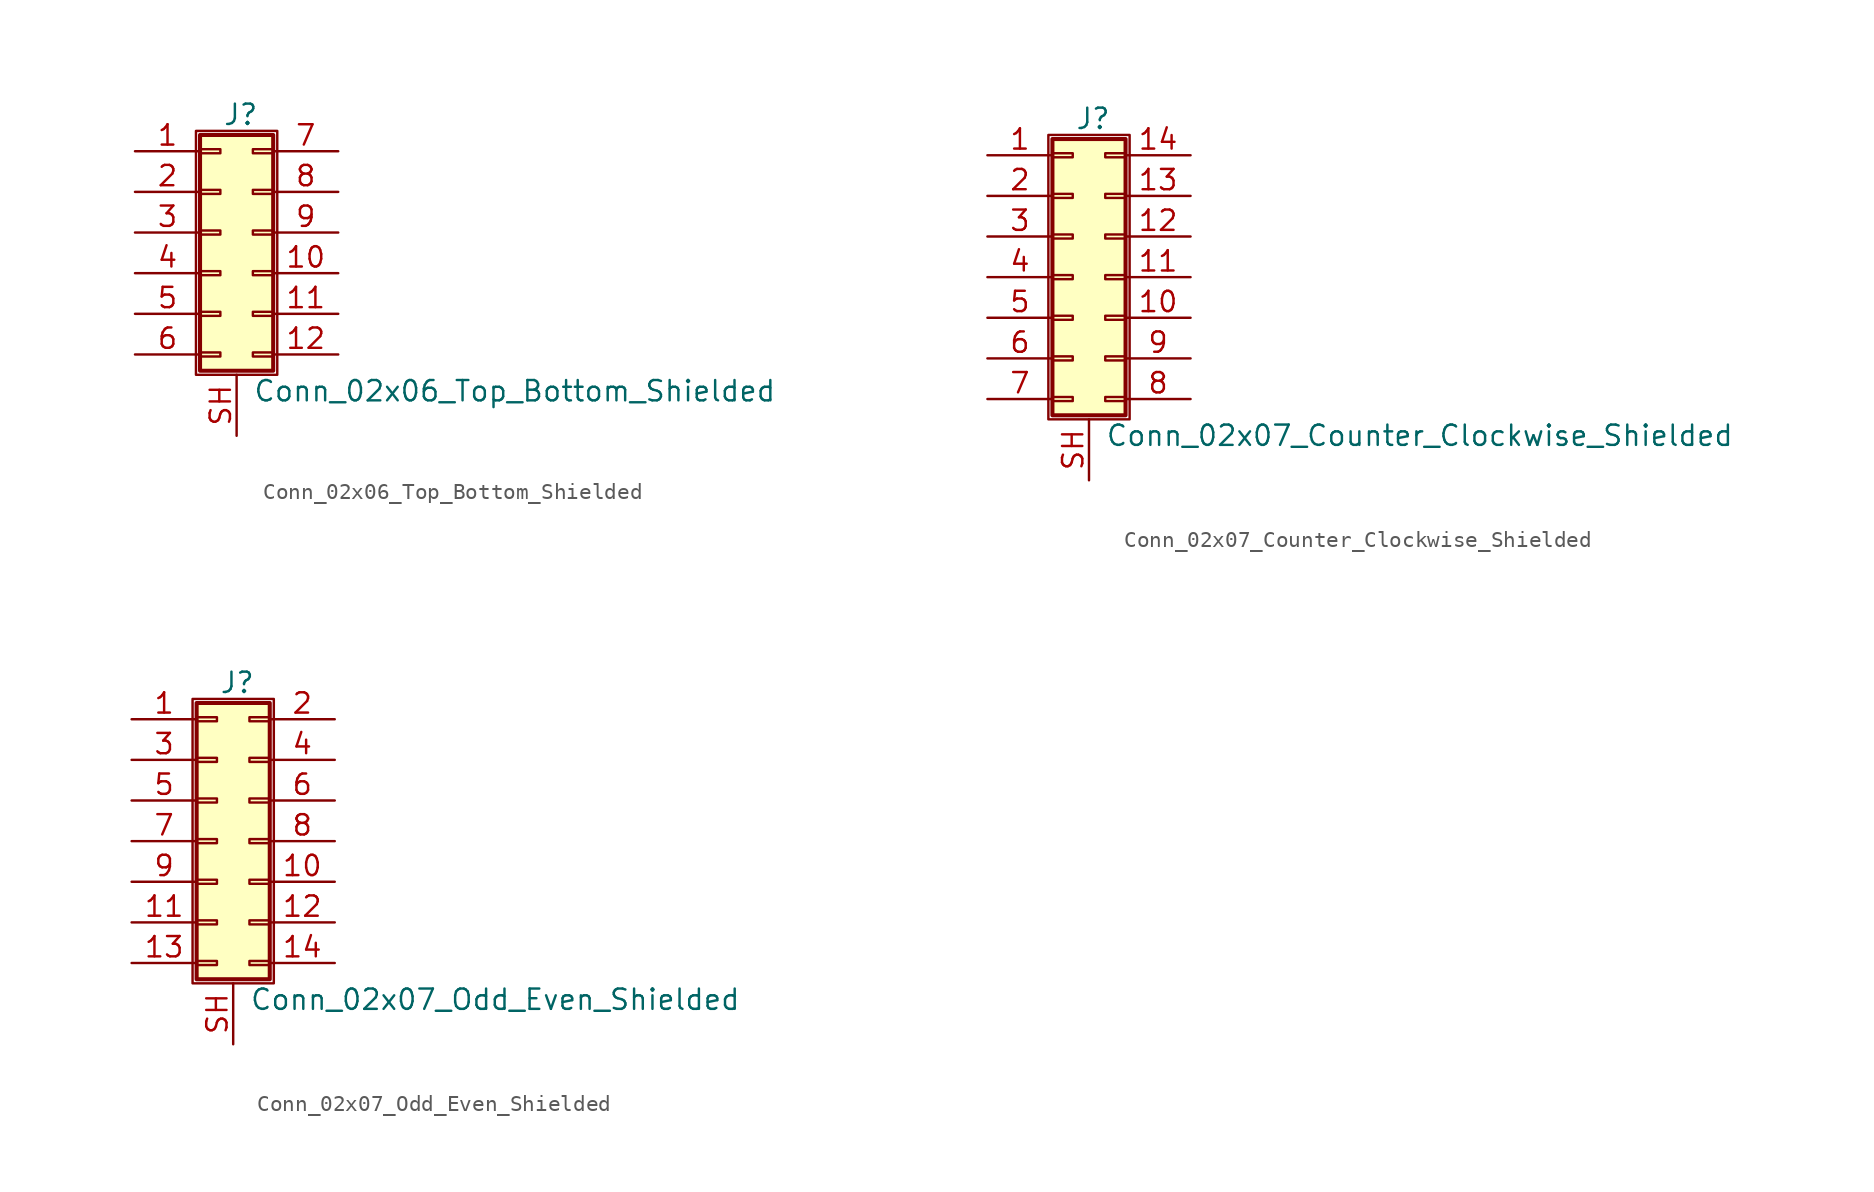
<source format=kicad_sym>
(kicad_symbol_lib
  (version 20211014)
  (generator kicad_symbol_editor)
  (symbol "Conn_02x06_Top_Bottom_Shielded"
    (pin_names
      (offset 1.016) hide)
    (property "Reference" "J"
      (at 1.524 7.366 0)
      (effects (font (size 1.27 1.27))))
    (property "Value" "Conn_02x06_Top_Bottom_Shielded"
      (at 2.286 -9.906 0)
      (effects (font (size 1.27 1.27)) (justify left)))
    (symbol "Conn_02x06_Top_Bottom_Shielded_1_1"
      (rectangle (start -1.27 6.35) (end 3.81 -8.89) (stroke (width 0.152) (type default) (color 0 0 0 0)) (fill (type none)))
      (rectangle (start -1.016 -7.493) (end 0.254 -7.747) (stroke (width 0.152) (type default) (color 0 0 0 0)) (fill (type none)))
      (rectangle (start -1.016 -4.953) (end 0.254 -5.207) (stroke (width 0.152) (type default) (color 0 0 0 0)) (fill (type none)))
      (rectangle (start -1.016 -2.413) (end 0.254 -2.667) (stroke (width 0.152) (type default) (color 0 0 0 0)) (fill (type none)))
      (rectangle (start -1.016 0.127) (end 0.254 -0.127) (stroke (width 0.152) (type default) (color 0 0 0 0)) (fill (type none)))
      (rectangle (start -1.016 2.667) (end 0.254 2.413) (stroke (width 0.152) (type default) (color 0 0 0 0)) (fill (type none)))
      (rectangle (start -1.016 5.207) (end 0.254 4.953) (stroke (width 0.152) (type default) (color 0 0 0 0)) (fill (type none)))
      (rectangle (start -1.016 6.096) (end 3.556 -8.636) (stroke (width 0.254) (type default) (color 0 0 0 0)) (fill (type background)))
      (rectangle (start 3.556 -7.493) (end 2.286 -7.747) (stroke (width 0.152) (type default) (color 0 0 0 0)) (fill (type none)))
      (rectangle (start 3.556 -4.953) (end 2.286 -5.207) (stroke (width 0.152) (type default) (color 0 0 0 0)) (fill (type none)))
      (rectangle (start 3.556 -2.413) (end 2.286 -2.667) (stroke (width 0.152) (type default) (color 0 0 0 0)) (fill (type none)))
      (rectangle (start 3.556 0.127) (end 2.286 -0.127) (stroke (width 0.152) (type default) (color 0 0 0 0)) (fill (type none)))
      (rectangle (start 3.556 2.667) (end 2.286 2.413) (stroke (width 0.152) (type default) (color 0 0 0 0)) (fill (type none)))
      (rectangle (start 3.556 5.207) (end 2.286 4.953) (stroke (width 0.152) (type default) (color 0 0 0 0)) (fill (type none)))
      (pin passive line (at -5.08 5.08 0) (length 4.064) (name "Pin_1" (effects (font (size 1.27 1.27)))) (number "1" (effects (font (size 1.27 1.27)))))
      (pin passive line (at 7.62 -2.54 180) (length 4.064) (name "Pin_10" (effects (font (size 1.27 1.27)))) (number "10" (effects (font (size 1.27 1.27)))))
      (pin passive line (at 7.62 -5.08 180) (length 4.064) (name "Pin_11" (effects (font (size 1.27 1.27)))) (number "11" (effects (font (size 1.27 1.27)))))
      (pin passive line (at 7.62 -7.62 180) (length 4.064) (name "Pin_12" (effects (font (size 1.27 1.27)))) (number "12" (effects (font (size 1.27 1.27)))))
      (pin passive line (at -5.08 2.54 0) (length 4.064) (name "Pin_2" (effects (font (size 1.27 1.27)))) (number "2" (effects (font (size 1.27 1.27)))))
      (pin passive line (at -5.08 0 0) (length 4.064) (name "Pin_3" (effects (font (size 1.27 1.27)))) (number "3" (effects (font (size 1.27 1.27)))))
      (pin passive line (at -5.08 -2.54 0) (length 4.064) (name "Pin_4" (effects (font (size 1.27 1.27)))) (number "4" (effects (font (size 1.27 1.27)))))
      (pin passive line (at -5.08 -5.08 0) (length 4.064) (name "Pin_5" (effects (font (size 1.27 1.27)))) (number "5" (effects (font (size 1.27 1.27)))))
      (pin passive line (at -5.08 -7.62 0) (length 4.064) (name "Pin_6" (effects (font (size 1.27 1.27)))) (number "6" (effects (font (size 1.27 1.27)))))
      (pin passive line (at 7.62 5.08 180) (length 4.064) (name "Pin_7" (effects (font (size 1.27 1.27)))) (number "7" (effects (font (size 1.27 1.27)))))
      (pin passive line (at 7.62 2.54 180) (length 4.064) (name "Pin_8" (effects (font (size 1.27 1.27)))) (number "8" (effects (font (size 1.27 1.27)))))
      (pin passive line (at 7.62 0 180) (length 4.064) (name "Pin_9" (effects (font (size 1.27 1.27)))) (number "9" (effects (font (size 1.27 1.27)))))
      (pin passive line (at 1.27 -12.7 90) (length 3.81) (name "Shield" (effects (font (size 1.27 1.27)))) (number "SH" (effects (font (size 1.27 1.27)))))))
  (symbol "Conn_02x07_Counter_Clockwise_Shielded"
    (pin_names
      (offset 1.016) hide)
    (property "Reference" "J"
      (at 1.524 9.906 0)
      (effects (font (size 1.27 1.27))))
    (property "Value" "Conn_02x07_Counter_Clockwise_Shielded"
      (at 2.286 -9.906 0)
      (effects (font (size 1.27 1.27)) (justify left)))
    (symbol "Conn_02x07_Counter_Clockwise_Shielded_1_1"
      (rectangle (start -1.27 8.89) (end 3.81 -8.89) (stroke (width 0.152) (type default) (color 0 0 0 0)) (fill (type none)))
      (rectangle (start -1.016 -7.493) (end 0.254 -7.747) (stroke (width 0.152) (type default) (color 0 0 0 0)) (fill (type none)))
      (rectangle (start -1.016 -4.953) (end 0.254 -5.207) (stroke (width 0.152) (type default) (color 0 0 0 0)) (fill (type none)))
      (rectangle (start -1.016 -2.413) (end 0.254 -2.667) (stroke (width 0.152) (type default) (color 0 0 0 0)) (fill (type none)))
      (rectangle (start -1.016 0.127) (end 0.254 -0.127) (stroke (width 0.152) (type default) (color 0 0 0 0)) (fill (type none)))
      (rectangle (start -1.016 2.667) (end 0.254 2.413) (stroke (width 0.152) (type default) (color 0 0 0 0)) (fill (type none)))
      (rectangle (start -1.016 5.207) (end 0.254 4.953) (stroke (width 0.152) (type default) (color 0 0 0 0)) (fill (type none)))
      (rectangle (start -1.016 7.747) (end 0.254 7.493) (stroke (width 0.152) (type default) (color 0 0 0 0)) (fill (type none)))
      (rectangle (start -1.016 8.636) (end 3.556 -8.636) (stroke (width 0.254) (type default) (color 0 0 0 0)) (fill (type background)))
      (rectangle (start 3.556 -7.493) (end 2.286 -7.747) (stroke (width 0.152) (type default) (color 0 0 0 0)) (fill (type none)))
      (rectangle (start 3.556 -4.953) (end 2.286 -5.207) (stroke (width 0.152) (type default) (color 0 0 0 0)) (fill (type none)))
      (rectangle (start 3.556 -2.413) (end 2.286 -2.667) (stroke (width 0.152) (type default) (color 0 0 0 0)) (fill (type none)))
      (rectangle (start 3.556 0.127) (end 2.286 -0.127) (stroke (width 0.152) (type default) (color 0 0 0 0)) (fill (type none)))
      (rectangle (start 3.556 2.667) (end 2.286 2.413) (stroke (width 0.152) (type default) (color 0 0 0 0)) (fill (type none)))
      (rectangle (start 3.556 5.207) (end 2.286 4.953) (stroke (width 0.152) (type default) (color 0 0 0 0)) (fill (type none)))
      (rectangle (start 3.556 7.747) (end 2.286 7.493) (stroke (width 0.152) (type default) (color 0 0 0 0)) (fill (type none)))
      (pin passive line (at -5.08 7.62 0) (length 4.064) (name "Pin_1" (effects (font (size 1.27 1.27)))) (number "1" (effects (font (size 1.27 1.27)))))
      (pin passive line (at 7.62 -2.54 180) (length 4.064) (name "Pin_10" (effects (font (size 1.27 1.27)))) (number "10" (effects (font (size 1.27 1.27)))))
      (pin passive line (at 7.62 0 180) (length 4.064) (name "Pin_11" (effects (font (size 1.27 1.27)))) (number "11" (effects (font (size 1.27 1.27)))))
      (pin passive line (at 7.62 2.54 180) (length 4.064) (name "Pin_12" (effects (font (size 1.27 1.27)))) (number "12" (effects (font (size 1.27 1.27)))))
      (pin passive line (at 7.62 5.08 180) (length 4.064) (name "Pin_13" (effects (font (size 1.27 1.27)))) (number "13" (effects (font (size 1.27 1.27)))))
      (pin passive line (at 7.62 7.62 180) (length 4.064) (name "Pin_14" (effects (font (size 1.27 1.27)))) (number "14" (effects (font (size 1.27 1.27)))))
      (pin passive line (at -5.08 5.08 0) (length 4.064) (name "Pin_2" (effects (font (size 1.27 1.27)))) (number "2" (effects (font (size 1.27 1.27)))))
      (pin passive line (at -5.08 2.54 0) (length 4.064) (name "Pin_3" (effects (font (size 1.27 1.27)))) (number "3" (effects (font (size 1.27 1.27)))))
      (pin passive line (at -5.08 0 0) (length 4.064) (name "Pin_4" (effects (font (size 1.27 1.27)))) (number "4" (effects (font (size 1.27 1.27)))))
      (pin passive line (at -5.08 -2.54 0) (length 4.064) (name "Pin_5" (effects (font (size 1.27 1.27)))) (number "5" (effects (font (size 1.27 1.27)))))
      (pin passive line (at -5.08 -5.08 0) (length 4.064) (name "Pin_6" (effects (font (size 1.27 1.27)))) (number "6" (effects (font (size 1.27 1.27)))))
      (pin passive line (at -5.08 -7.62 0) (length 4.064) (name "Pin_7" (effects (font (size 1.27 1.27)))) (number "7" (effects (font (size 1.27 1.27)))))
      (pin passive line (at 7.62 -7.62 180) (length 4.064) (name "Pin_8" (effects (font (size 1.27 1.27)))) (number "8" (effects (font (size 1.27 1.27)))))
      (pin passive line (at 7.62 -5.08 180) (length 4.064) (name "Pin_9" (effects (font (size 1.27 1.27)))) (number "9" (effects (font (size 1.27 1.27)))))
      (pin passive line (at 1.27 -12.7 90) (length 3.81) (name "Shield" (effects (font (size 1.27 1.27)))) (number "SH" (effects (font (size 1.27 1.27)))))))
  (symbol "Conn_02x07_Odd_Even_Shielded"
    (pin_names
      (offset 1.016) hide)
    (property "Reference" "J"
      (at 1.524 9.906 0)
      (effects (font (size 1.27 1.27))))
    (property "Value" "Conn_02x07_Odd_Even_Shielded"
      (at 2.286 -9.906 0)
      (effects (font (size 1.27 1.27)) (justify left)))
    (symbol "Conn_02x07_Odd_Even_Shielded_1_1"
      (rectangle (start -1.27 8.89) (end 3.81 -8.89) (stroke (width 0.152) (type default) (color 0 0 0 0)) (fill (type none)))
      (rectangle (start -1.016 -7.493) (end 0.254 -7.747) (stroke (width 0.152) (type default) (color 0 0 0 0)) (fill (type none)))
      (rectangle (start -1.016 -4.953) (end 0.254 -5.207) (stroke (width 0.152) (type default) (color 0 0 0 0)) (fill (type none)))
      (rectangle (start -1.016 -2.413) (end 0.254 -2.667) (stroke (width 0.152) (type default) (color 0 0 0 0)) (fill (type none)))
      (rectangle (start -1.016 0.127) (end 0.254 -0.127) (stroke (width 0.152) (type default) (color 0 0 0 0)) (fill (type none)))
      (rectangle (start -1.016 2.667) (end 0.254 2.413) (stroke (width 0.152) (type default) (color 0 0 0 0)) (fill (type none)))
      (rectangle (start -1.016 5.207) (end 0.254 4.953) (stroke (width 0.152) (type default) (color 0 0 0 0)) (fill (type none)))
      (rectangle (start -1.016 7.747) (end 0.254 7.493) (stroke (width 0.152) (type default) (color 0 0 0 0)) (fill (type none)))
      (rectangle (start -1.016 8.636) (end 3.556 -8.636) (stroke (width 0.254) (type default) (color 0 0 0 0)) (fill (type background)))
      (rectangle (start 3.556 -7.493) (end 2.286 -7.747) (stroke (width 0.152) (type default) (color 0 0 0 0)) (fill (type none)))
      (rectangle (start 3.556 -4.953) (end 2.286 -5.207) (stroke (width 0.152) (type default) (color 0 0 0 0)) (fill (type none)))
      (rectangle (start 3.556 -2.413) (end 2.286 -2.667) (stroke (width 0.152) (type default) (color 0 0 0 0)) (fill (type none)))
      (rectangle (start 3.556 0.127) (end 2.286 -0.127) (stroke (width 0.152) (type default) (color 0 0 0 0)) (fill (type none)))
      (rectangle (start 3.556 2.667) (end 2.286 2.413) (stroke (width 0.152) (type default) (color 0 0 0 0)) (fill (type none)))
      (rectangle (start 3.556 5.207) (end 2.286 4.953) (stroke (width 0.152) (type default) (color 0 0 0 0)) (fill (type none)))
      (rectangle (start 3.556 7.747) (end 2.286 7.493) (stroke (width 0.152) (type default) (color 0 0 0 0)) (fill (type none)))
      (pin passive line (at -5.08 7.62 0) (length 4.064) (name "Pin_1" (effects (font (size 1.27 1.27)))) (number "1" (effects (font (size 1.27 1.27)))))
      (pin passive line (at 7.62 -2.54 180) (length 4.064) (name "Pin_10" (effects (font (size 1.27 1.27)))) (number "10" (effects (font (size 1.27 1.27)))))
      (pin passive line (at -5.08 -5.08 0) (length 4.064) (name "Pin_11" (effects (font (size 1.27 1.27)))) (number "11" (effects (font (size 1.27 1.27)))))
      (pin passive line (at 7.62 -5.08 180) (length 4.064) (name "Pin_12" (effects (font (size 1.27 1.27)))) (number "12" (effects (font (size 1.27 1.27)))))
      (pin passive line (at -5.08 -7.62 0) (length 4.064) (name "Pin_13" (effects (font (size 1.27 1.27)))) (number "13" (effects (font (size 1.27 1.27)))))
      (pin passive line (at 7.62 -7.62 180) (length 4.064) (name "Pin_14" (effects (font (size 1.27 1.27)))) (number "14" (effects (font (size 1.27 1.27)))))
      (pin passive line (at 7.62 7.62 180) (length 4.064) (name "Pin_2" (effects (font (size 1.27 1.27)))) (number "2" (effects (font (size 1.27 1.27)))))
      (pin passive line (at -5.08 5.08 0) (length 4.064) (name "Pin_3" (effects (font (size 1.27 1.27)))) (number "3" (effects (font (size 1.27 1.27)))))
      (pin passive line (at 7.62 5.08 180) (length 4.064) (name "Pin_4" (effects (font (size 1.27 1.27)))) (number "4" (effects (font (size 1.27 1.27)))))
      (pin passive line (at -5.08 2.54 0) (length 4.064) (name "Pin_5" (effects (font (size 1.27 1.27)))) (number "5" (effects (font (size 1.27 1.27)))))
      (pin passive line (at 7.62 2.54 180) (length 4.064) (name "Pin_6" (effects (font (size 1.27 1.27)))) (number "6" (effects (font (size 1.27 1.27)))))
      (pin passive line (at -5.08 0 0) (length 4.064) (name "Pin_7" (effects (font (size 1.27 1.27)))) (number "7" (effects (font (size 1.27 1.27)))))
      (pin passive line (at 7.62 0 180) (length 4.064) (name "Pin_8" (effects (font (size 1.27 1.27)))) (number "8" (effects (font (size 1.27 1.27)))))
      (pin passive line (at -5.08 -2.54 0) (length 4.064) (name "Pin_9" (effects (font (size 1.27 1.27)))) (number "9" (effects (font (size 1.27 1.27)))))
      (pin passive line (at 1.27 -12.7 90) (length 3.81) (name "Shield" (effects (font (size 1.27 1.27)))) (number "SH" (effects (font (size 1.27 1.27))))))))
</source>
